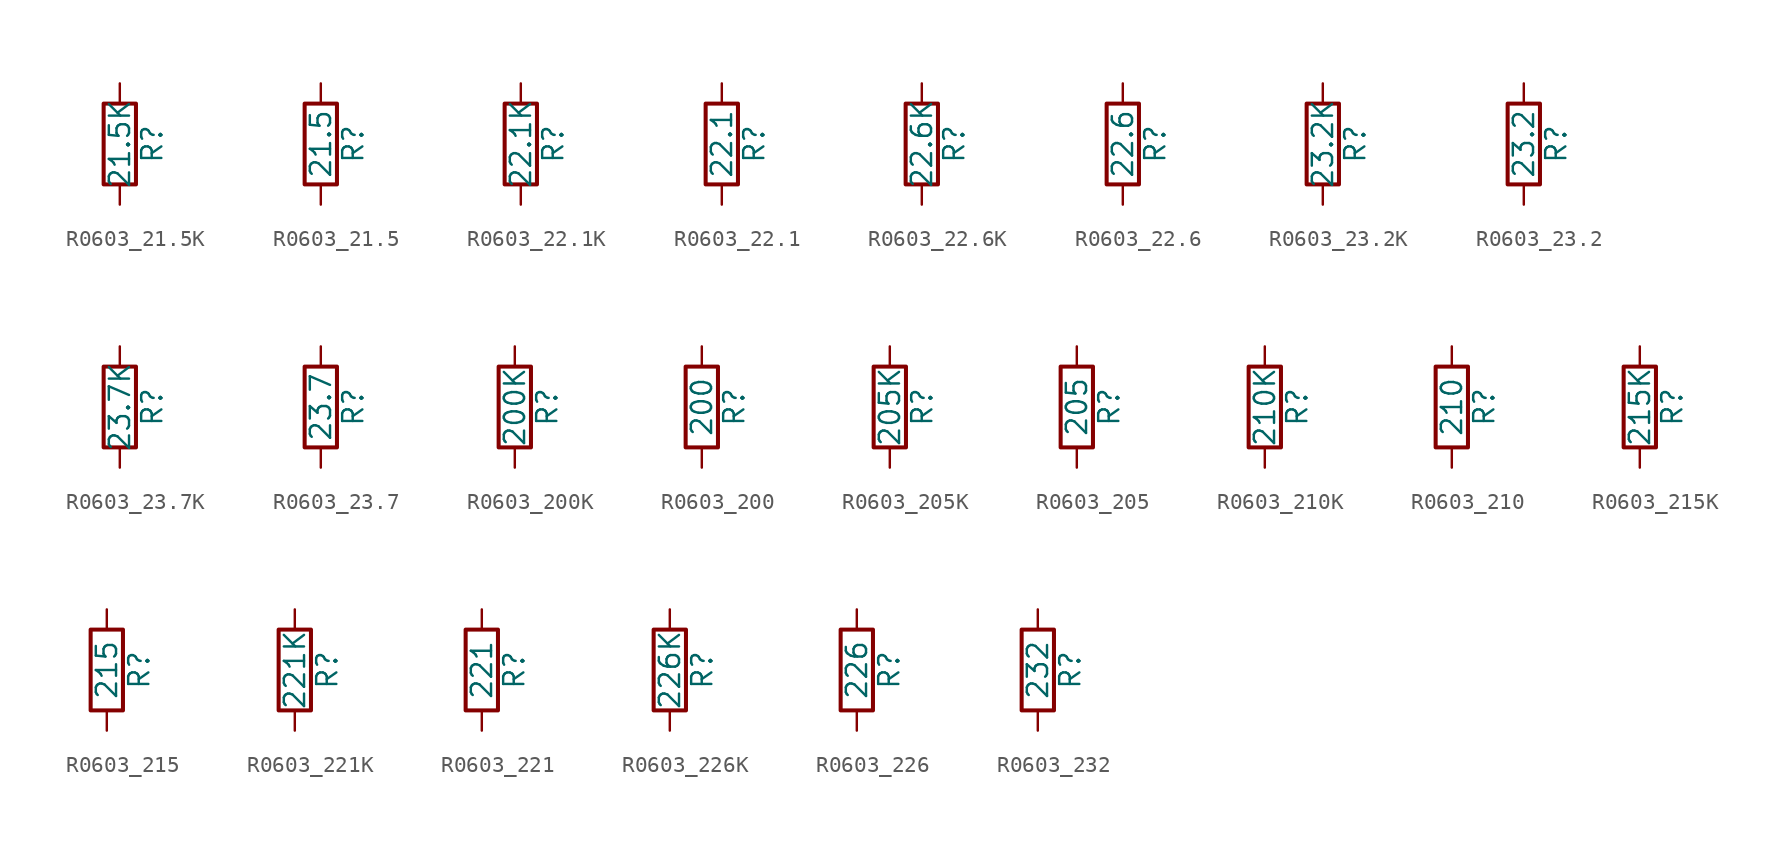
<source format=kicad_sym>
(kicad_symbol_lib
  (version 20211014)
  (generator atlantix-eda)
  (symbol "R0603_21.5K"
    (pin_numbers hide)
    (pin_names
      (offset 0))
    (property "Reference" "R"
      (at 2.032 0 90)
      (effects (font (size 1.27 1.27))))
    (property "Value" "21.5K"
      (at 0 0 90)
      (effects (font (size 1.27 1.27))))
    (symbol "R0603_21.5K_0_1"
      (rectangle (start -1.016 -2.54) (end 1.016 2.54) (stroke (width 0.254) (type default) (color 0 0 0 0)) (fill (type none))))
    (symbol "R0603_21.5K_1_1"
      (pin passive line (at 0 3.81 270) (length 1.27) (name "~" (effects (font (size 1.27 1.27)))) (number "1" (effects (font (size 1.27 1.27)))))
      (pin passive line (at 0 -3.81 90) (length 1.27) (name "~" (effects (font (size 1.27 1.27)))) (number "2" (effects (font (size 1.27 1.27)))))))
  (symbol "R0603_21.5"
    (pin_numbers hide)
    (pin_names
      (offset 0))
    (property "Reference" "R"
      (at 2.032 0 90)
      (effects (font (size 1.27 1.27))))
    (property "Value" "21.5"
      (at 0 0 90)
      (effects (font (size 1.27 1.27))))
    (symbol "R0603_21.5_0_1"
      (rectangle (start -1.016 -2.54) (end 1.016 2.54) (stroke (width 0.254) (type default) (color 0 0 0 0)) (fill (type none))))
    (symbol "R0603_21.5_1_1"
      (pin passive line (at 0 3.81 270) (length 1.27) (name "~" (effects (font (size 1.27 1.27)))) (number "1" (effects (font (size 1.27 1.27)))))
      (pin passive line (at 0 -3.81 90) (length 1.27) (name "~" (effects (font (size 1.27 1.27)))) (number "2" (effects (font (size 1.27 1.27)))))))
  (symbol "R0603_22.1K"
    (pin_numbers hide)
    (pin_names
      (offset 0))
    (property "Reference" "R"
      (at 2.032 0 90)
      (effects (font (size 1.27 1.27))))
    (property "Value" "22.1K"
      (at 0 0 90)
      (effects (font (size 1.27 1.27))))
    (symbol "R0603_22.1K_0_1"
      (rectangle (start -1.016 -2.54) (end 1.016 2.54) (stroke (width 0.254) (type default) (color 0 0 0 0)) (fill (type none))))
    (symbol "R0603_22.1K_1_1"
      (pin passive line (at 0 3.81 270) (length 1.27) (name "~" (effects (font (size 1.27 1.27)))) (number "1" (effects (font (size 1.27 1.27)))))
      (pin passive line (at 0 -3.81 90) (length 1.27) (name "~" (effects (font (size 1.27 1.27)))) (number "2" (effects (font (size 1.27 1.27)))))))
  (symbol "R0603_22.1"
    (pin_numbers hide)
    (pin_names
      (offset 0))
    (property "Reference" "R"
      (at 2.032 0 90)
      (effects (font (size 1.27 1.27))))
    (property "Value" "22.1"
      (at 0 0 90)
      (effects (font (size 1.27 1.27))))
    (symbol "R0603_22.1_0_1"
      (rectangle (start -1.016 -2.54) (end 1.016 2.54) (stroke (width 0.254) (type default) (color 0 0 0 0)) (fill (type none))))
    (symbol "R0603_22.1_1_1"
      (pin passive line (at 0 3.81 270) (length 1.27) (name "~" (effects (font (size 1.27 1.27)))) (number "1" (effects (font (size 1.27 1.27)))))
      (pin passive line (at 0 -3.81 90) (length 1.27) (name "~" (effects (font (size 1.27 1.27)))) (number "2" (effects (font (size 1.27 1.27)))))))
  (symbol "R0603_22.6K"
    (pin_numbers hide)
    (pin_names
      (offset 0))
    (property "Reference" "R"
      (at 2.032 0 90)
      (effects (font (size 1.27 1.27))))
    (property "Value" "22.6K"
      (at 0 0 90)
      (effects (font (size 1.27 1.27))))
    (symbol "R0603_22.6K_0_1"
      (rectangle (start -1.016 -2.54) (end 1.016 2.54) (stroke (width 0.254) (type default) (color 0 0 0 0)) (fill (type none))))
    (symbol "R0603_22.6K_1_1"
      (pin passive line (at 0 3.81 270) (length 1.27) (name "~" (effects (font (size 1.27 1.27)))) (number "1" (effects (font (size 1.27 1.27)))))
      (pin passive line (at 0 -3.81 90) (length 1.27) (name "~" (effects (font (size 1.27 1.27)))) (number "2" (effects (font (size 1.27 1.27)))))))
  (symbol "R0603_22.6"
    (pin_numbers hide)
    (pin_names
      (offset 0))
    (property "Reference" "R"
      (at 2.032 0 90)
      (effects (font (size 1.27 1.27))))
    (property "Value" "22.6"
      (at 0 0 90)
      (effects (font (size 1.27 1.27))))
    (symbol "R0603_22.6_0_1"
      (rectangle (start -1.016 -2.54) (end 1.016 2.54) (stroke (width 0.254) (type default) (color 0 0 0 0)) (fill (type none))))
    (symbol "R0603_22.6_1_1"
      (pin passive line (at 0 3.81 270) (length 1.27) (name "~" (effects (font (size 1.27 1.27)))) (number "1" (effects (font (size 1.27 1.27)))))
      (pin passive line (at 0 -3.81 90) (length 1.27) (name "~" (effects (font (size 1.27 1.27)))) (number "2" (effects (font (size 1.27 1.27)))))))
  (symbol "R0603_23.2K"
    (pin_numbers hide)
    (pin_names
      (offset 0))
    (property "Reference" "R"
      (at 2.032 0 90)
      (effects (font (size 1.27 1.27))))
    (property "Value" "23.2K"
      (at 0 0 90)
      (effects (font (size 1.27 1.27))))
    (symbol "R0603_23.2K_0_1"
      (rectangle (start -1.016 -2.54) (end 1.016 2.54) (stroke (width 0.254) (type default) (color 0 0 0 0)) (fill (type none))))
    (symbol "R0603_23.2K_1_1"
      (pin passive line (at 0 3.81 270) (length 1.27) (name "~" (effects (font (size 1.27 1.27)))) (number "1" (effects (font (size 1.27 1.27)))))
      (pin passive line (at 0 -3.81 90) (length 1.27) (name "~" (effects (font (size 1.27 1.27)))) (number "2" (effects (font (size 1.27 1.27)))))))
  (symbol "R0603_23.2"
    (pin_numbers hide)
    (pin_names
      (offset 0))
    (property "Reference" "R"
      (at 2.032 0 90)
      (effects (font (size 1.27 1.27))))
    (property "Value" "23.2"
      (at 0 0 90)
      (effects (font (size 1.27 1.27))))
    (symbol "R0603_23.2_0_1"
      (rectangle (start -1.016 -2.54) (end 1.016 2.54) (stroke (width 0.254) (type default) (color 0 0 0 0)) (fill (type none))))
    (symbol "R0603_23.2_1_1"
      (pin passive line (at 0 3.81 270) (length 1.27) (name "~" (effects (font (size 1.27 1.27)))) (number "1" (effects (font (size 1.27 1.27)))))
      (pin passive line (at 0 -3.81 90) (length 1.27) (name "~" (effects (font (size 1.27 1.27)))) (number "2" (effects (font (size 1.27 1.27)))))))
  (symbol "R0603_23.7K"
    (pin_numbers hide)
    (pin_names
      (offset 0))
    (property "Reference" "R"
      (at 2.032 0 90)
      (effects (font (size 1.27 1.27))))
    (property "Value" "23.7K"
      (at 0 0 90)
      (effects (font (size 1.27 1.27))))
    (symbol "R0603_23.7K_0_1"
      (rectangle (start -1.016 -2.54) (end 1.016 2.54) (stroke (width 0.254) (type default) (color 0 0 0 0)) (fill (type none))))
    (symbol "R0603_23.7K_1_1"
      (pin passive line (at 0 3.81 270) (length 1.27) (name "~" (effects (font (size 1.27 1.27)))) (number "1" (effects (font (size 1.27 1.27)))))
      (pin passive line (at 0 -3.81 90) (length 1.27) (name "~" (effects (font (size 1.27 1.27)))) (number "2" (effects (font (size 1.27 1.27)))))))
  (symbol "R0603_23.7"
    (pin_numbers hide)
    (pin_names
      (offset 0))
    (property "Reference" "R"
      (at 2.032 0 90)
      (effects (font (size 1.27 1.27))))
    (property "Value" "23.7"
      (at 0 0 90)
      (effects (font (size 1.27 1.27))))
    (symbol "R0603_23.7_0_1"
      (rectangle (start -1.016 -2.54) (end 1.016 2.54) (stroke (width 0.254) (type default) (color 0 0 0 0)) (fill (type none))))
    (symbol "R0603_23.7_1_1"
      (pin passive line (at 0 3.81 270) (length 1.27) (name "~" (effects (font (size 1.27 1.27)))) (number "1" (effects (font (size 1.27 1.27)))))
      (pin passive line (at 0 -3.81 90) (length 1.27) (name "~" (effects (font (size 1.27 1.27)))) (number "2" (effects (font (size 1.27 1.27)))))))
  (symbol "R0603_200K"
    (pin_numbers hide)
    (pin_names
      (offset 0))
    (property "Reference" "R"
      (at 2.032 0 90)
      (effects (font (size 1.27 1.27))))
    (property "Value" "200K"
      (at 0 0 90)
      (effects (font (size 1.27 1.27))))
    (symbol "R0603_200K_0_1"
      (rectangle (start -1.016 -2.54) (end 1.016 2.54) (stroke (width 0.254) (type default) (color 0 0 0 0)) (fill (type none))))
    (symbol "R0603_200K_1_1"
      (pin passive line (at 0 3.81 270) (length 1.27) (name "~" (effects (font (size 1.27 1.27)))) (number "1" (effects (font (size 1.27 1.27)))))
      (pin passive line (at 0 -3.81 90) (length 1.27) (name "~" (effects (font (size 1.27 1.27)))) (number "2" (effects (font (size 1.27 1.27)))))))
  (symbol "R0603_200"
    (pin_numbers hide)
    (pin_names
      (offset 0))
    (property "Reference" "R"
      (at 2.032 0 90)
      (effects (font (size 1.27 1.27))))
    (property "Value" "200"
      (at 0 0 90)
      (effects (font (size 1.27 1.27))))
    (symbol "R0603_200_0_1"
      (rectangle (start -1.016 -2.54) (end 1.016 2.54) (stroke (width 0.254) (type default) (color 0 0 0 0)) (fill (type none))))
    (symbol "R0603_200_1_1"
      (pin passive line (at 0 3.81 270) (length 1.27) (name "~" (effects (font (size 1.27 1.27)))) (number "1" (effects (font (size 1.27 1.27)))))
      (pin passive line (at 0 -3.81 90) (length 1.27) (name "~" (effects (font (size 1.27 1.27)))) (number "2" (effects (font (size 1.27 1.27)))))))
  (symbol "R0603_205K"
    (pin_numbers hide)
    (pin_names
      (offset 0))
    (property "Reference" "R"
      (at 2.032 0 90)
      (effects (font (size 1.27 1.27))))
    (property "Value" "205K"
      (at 0 0 90)
      (effects (font (size 1.27 1.27))))
    (symbol "R0603_205K_0_1"
      (rectangle (start -1.016 -2.54) (end 1.016 2.54) (stroke (width 0.254) (type default) (color 0 0 0 0)) (fill (type none))))
    (symbol "R0603_205K_1_1"
      (pin passive line (at 0 3.81 270) (length 1.27) (name "~" (effects (font (size 1.27 1.27)))) (number "1" (effects (font (size 1.27 1.27)))))
      (pin passive line (at 0 -3.81 90) (length 1.27) (name "~" (effects (font (size 1.27 1.27)))) (number "2" (effects (font (size 1.27 1.27)))))))
  (symbol "R0603_205"
    (pin_numbers hide)
    (pin_names
      (offset 0))
    (property "Reference" "R"
      (at 2.032 0 90)
      (effects (font (size 1.27 1.27))))
    (property "Value" "205"
      (at 0 0 90)
      (effects (font (size 1.27 1.27))))
    (symbol "R0603_205_0_1"
      (rectangle (start -1.016 -2.54) (end 1.016 2.54) (stroke (width 0.254) (type default) (color 0 0 0 0)) (fill (type none))))
    (symbol "R0603_205_1_1"
      (pin passive line (at 0 3.81 270) (length 1.27) (name "~" (effects (font (size 1.27 1.27)))) (number "1" (effects (font (size 1.27 1.27)))))
      (pin passive line (at 0 -3.81 90) (length 1.27) (name "~" (effects (font (size 1.27 1.27)))) (number "2" (effects (font (size 1.27 1.27)))))))
  (symbol "R0603_210K"
    (pin_numbers hide)
    (pin_names
      (offset 0))
    (property "Reference" "R"
      (at 2.032 0 90)
      (effects (font (size 1.27 1.27))))
    (property "Value" "210K"
      (at 0 0 90)
      (effects (font (size 1.27 1.27))))
    (symbol "R0603_210K_0_1"
      (rectangle (start -1.016 -2.54) (end 1.016 2.54) (stroke (width 0.254) (type default) (color 0 0 0 0)) (fill (type none))))
    (symbol "R0603_210K_1_1"
      (pin passive line (at 0 3.81 270) (length 1.27) (name "~" (effects (font (size 1.27 1.27)))) (number "1" (effects (font (size 1.27 1.27)))))
      (pin passive line (at 0 -3.81 90) (length 1.27) (name "~" (effects (font (size 1.27 1.27)))) (number "2" (effects (font (size 1.27 1.27)))))))
  (symbol "R0603_210"
    (pin_numbers hide)
    (pin_names
      (offset 0))
    (property "Reference" "R"
      (at 2.032 0 90)
      (effects (font (size 1.27 1.27))))
    (property "Value" "210"
      (at 0 0 90)
      (effects (font (size 1.27 1.27))))
    (symbol "R0603_210_0_1"
      (rectangle (start -1.016 -2.54) (end 1.016 2.54) (stroke (width 0.254) (type default) (color 0 0 0 0)) (fill (type none))))
    (symbol "R0603_210_1_1"
      (pin passive line (at 0 3.81 270) (length 1.27) (name "~" (effects (font (size 1.27 1.27)))) (number "1" (effects (font (size 1.27 1.27)))))
      (pin passive line (at 0 -3.81 90) (length 1.27) (name "~" (effects (font (size 1.27 1.27)))) (number "2" (effects (font (size 1.27 1.27)))))))
  (symbol "R0603_215K"
    (pin_numbers hide)
    (pin_names
      (offset 0))
    (property "Reference" "R"
      (at 2.032 0 90)
      (effects (font (size 1.27 1.27))))
    (property "Value" "215K"
      (at 0 0 90)
      (effects (font (size 1.27 1.27))))
    (symbol "R0603_215K_0_1"
      (rectangle (start -1.016 -2.54) (end 1.016 2.54) (stroke (width 0.254) (type default) (color 0 0 0 0)) (fill (type none))))
    (symbol "R0603_215K_1_1"
      (pin passive line (at 0 3.81 270) (length 1.27) (name "~" (effects (font (size 1.27 1.27)))) (number "1" (effects (font (size 1.27 1.27)))))
      (pin passive line (at 0 -3.81 90) (length 1.27) (name "~" (effects (font (size 1.27 1.27)))) (number "2" (effects (font (size 1.27 1.27)))))))
  (symbol "R0603_215"
    (pin_numbers hide)
    (pin_names
      (offset 0))
    (property "Reference" "R"
      (at 2.032 0 90)
      (effects (font (size 1.27 1.27))))
    (property "Value" "215"
      (at 0 0 90)
      (effects (font (size 1.27 1.27))))
    (symbol "R0603_215_0_1"
      (rectangle (start -1.016 -2.54) (end 1.016 2.54) (stroke (width 0.254) (type default) (color 0 0 0 0)) (fill (type none))))
    (symbol "R0603_215_1_1"
      (pin passive line (at 0 3.81 270) (length 1.27) (name "~" (effects (font (size 1.27 1.27)))) (number "1" (effects (font (size 1.27 1.27)))))
      (pin passive line (at 0 -3.81 90) (length 1.27) (name "~" (effects (font (size 1.27 1.27)))) (number "2" (effects (font (size 1.27 1.27)))))))
  (symbol "R0603_221K"
    (pin_numbers hide)
    (pin_names
      (offset 0))
    (property "Reference" "R"
      (at 2.032 0 90)
      (effects (font (size 1.27 1.27))))
    (property "Value" "221K"
      (at 0 0 90)
      (effects (font (size 1.27 1.27))))
    (symbol "R0603_221K_0_1"
      (rectangle (start -1.016 -2.54) (end 1.016 2.54) (stroke (width 0.254) (type default) (color 0 0 0 0)) (fill (type none))))
    (symbol "R0603_221K_1_1"
      (pin passive line (at 0 3.81 270) (length 1.27) (name "~" (effects (font (size 1.27 1.27)))) (number "1" (effects (font (size 1.27 1.27)))))
      (pin passive line (at 0 -3.81 90) (length 1.27) (name "~" (effects (font (size 1.27 1.27)))) (number "2" (effects (font (size 1.27 1.27)))))))
  (symbol "R0603_221"
    (pin_numbers hide)
    (pin_names
      (offset 0))
    (property "Reference" "R"
      (at 2.032 0 90)
      (effects (font (size 1.27 1.27))))
    (property "Value" "221"
      (at 0 0 90)
      (effects (font (size 1.27 1.27))))
    (symbol "R0603_221_0_1"
      (rectangle (start -1.016 -2.54) (end 1.016 2.54) (stroke (width 0.254) (type default) (color 0 0 0 0)) (fill (type none))))
    (symbol "R0603_221_1_1"
      (pin passive line (at 0 3.81 270) (length 1.27) (name "~" (effects (font (size 1.27 1.27)))) (number "1" (effects (font (size 1.27 1.27)))))
      (pin passive line (at 0 -3.81 90) (length 1.27) (name "~" (effects (font (size 1.27 1.27)))) (number "2" (effects (font (size 1.27 1.27)))))))
  (symbol "R0603_226K"
    (pin_numbers hide)
    (pin_names
      (offset 0))
    (property "Reference" "R"
      (at 2.032 0 90)
      (effects (font (size 1.27 1.27))))
    (property "Value" "226K"
      (at 0 0 90)
      (effects (font (size 1.27 1.27))))
    (symbol "R0603_226K_0_1"
      (rectangle (start -1.016 -2.54) (end 1.016 2.54) (stroke (width 0.254) (type default) (color 0 0 0 0)) (fill (type none))))
    (symbol "R0603_226K_1_1"
      (pin passive line (at 0 3.81 270) (length 1.27) (name "~" (effects (font (size 1.27 1.27)))) (number "1" (effects (font (size 1.27 1.27)))))
      (pin passive line (at 0 -3.81 90) (length 1.27) (name "~" (effects (font (size 1.27 1.27)))) (number "2" (effects (font (size 1.27 1.27)))))))
  (symbol "R0603_226"
    (pin_numbers hide)
    (pin_names
      (offset 0))
    (property "Reference" "R"
      (at 2.032 0 90)
      (effects (font (size 1.27 1.27))))
    (property "Value" "226"
      (at 0 0 90)
      (effects (font (size 1.27 1.27))))
    (symbol "R0603_226_0_1"
      (rectangle (start -1.016 -2.54) (end 1.016 2.54) (stroke (width 0.254) (type default) (color 0 0 0 0)) (fill (type none))))
    (symbol "R0603_226_1_1"
      (pin passive line (at 0 3.81 270) (length 1.27) (name "~" (effects (font (size 1.27 1.27)))) (number "1" (effects (font (size 1.27 1.27)))))
      (pin passive line (at 0 -3.81 90) (length 1.27) (name "~" (effects (font (size 1.27 1.27)))) (number "2" (effects (font (size 1.27 1.27)))))))
  (symbol "R0603_232"
    (pin_numbers hide)
    (pin_names
      (offset 0))
    (property "Reference" "R"
      (at 2.032 0 90)
      (effects (font (size 1.27 1.27))))
    (property "Value" "232"
      (at 0 0 90)
      (effects (font (size 1.27 1.27))))
    (symbol "R0603_232_0_1"
      (rectangle (start -1.016 -2.54) (end 1.016 2.54) (stroke (width 0.254) (type default) (color 0 0 0 0)) (fill (type none))))
    (symbol "R0603_232_1_1"
      (pin passive line (at 0 3.81 270) (length 1.27) (name "~" (effects (font (size 1.27 1.27)))) (number "1" (effects (font (size 1.27 1.27)))))
      (pin passive line (at 0 -3.81 90) (length 1.27) (name "~" (effects (font (size 1.27 1.27)))) (number "2" (effects (font (size 1.27 1.27))))))))
</source>
